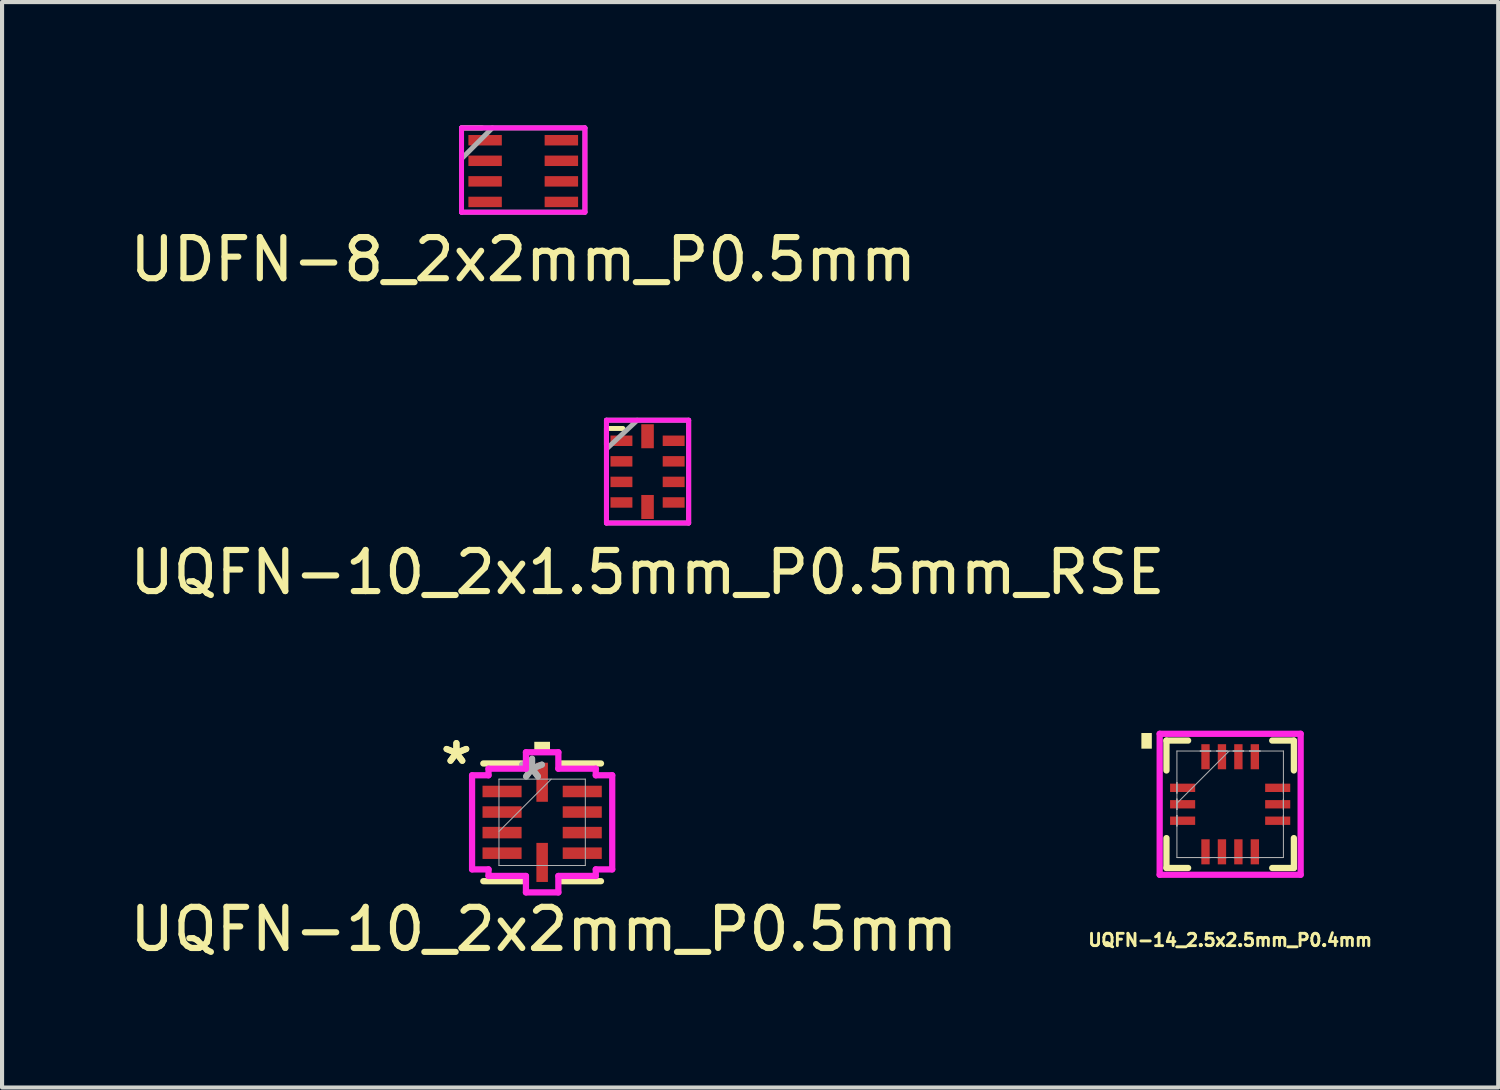
<source format=kicad_pcb>
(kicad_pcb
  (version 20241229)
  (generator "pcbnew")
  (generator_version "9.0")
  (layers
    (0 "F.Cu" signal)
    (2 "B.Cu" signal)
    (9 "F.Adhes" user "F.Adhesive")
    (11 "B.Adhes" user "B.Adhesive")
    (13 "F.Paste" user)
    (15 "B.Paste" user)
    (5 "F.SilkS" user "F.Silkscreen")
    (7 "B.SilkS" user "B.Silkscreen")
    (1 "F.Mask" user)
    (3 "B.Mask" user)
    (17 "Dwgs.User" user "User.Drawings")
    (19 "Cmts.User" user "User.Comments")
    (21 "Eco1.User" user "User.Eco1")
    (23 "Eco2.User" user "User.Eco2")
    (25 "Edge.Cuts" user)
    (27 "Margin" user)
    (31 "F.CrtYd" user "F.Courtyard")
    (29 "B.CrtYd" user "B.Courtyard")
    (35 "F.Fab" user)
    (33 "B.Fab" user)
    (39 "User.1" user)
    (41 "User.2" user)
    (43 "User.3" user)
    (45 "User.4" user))
  (footprint "UQFN-10_2x2mm_P0.5mm"
    (layer "F.Cu")
    (at 10.133 16.946)
    (property "Reference" "UQFN-10_2x2mm_P0.5mm" (at 0.04 2.6 0) (unlocked yes) (layer "F.SilkS") (effects (font (size 1 1) (thickness 0.15))))
    (attr smd)
    (fp_line (start -1.431 1.431) (end -0.473 1.431) (stroke (width 0.152) (type solid)) (layer "F.SilkS"))
    (fp_line (start -0.473 -1.431) (end -1.431 -1.431) (stroke (width 0.152) (type solid)) (layer "F.SilkS"))
    (fp_line (start 0.473 1.431) (end 1.431 1.431) (stroke (width 0.152) (type solid)) (layer "F.SilkS"))
    (fp_line (start 1.431 -1.431) (end 0.473 -1.431) (stroke (width 0.152) (type solid)) (layer "F.SilkS"))
    (fp_poly (pts (xy -0.191 -1.704) (xy -0.191 -1.958) (xy 0.191 -1.958) (xy 0.191 -1.704)) (stroke (width 0) (type solid)) (fill yes) (layer "F.SilkS"))
    (fp_line (start -1.704 -1.144) (end -1.304 -1.144) (stroke (width 0.152) (type solid)) (layer "F.CrtYd"))
    (fp_line (start -1.704 1.144) (end -1.704 -1.144) (stroke (width 0.152) (type solid)) (layer "F.CrtYd"))
    (fp_line (start -1.304 -1.304) (end -0.394 -1.304) (stroke (width 0.152) (type solid)) (layer "F.CrtYd"))
    (fp_line (start -1.304 -1.144) (end -1.304 -1.304) (stroke (width 0.152) (type solid)) (layer "F.CrtYd"))
    (fp_line (start -1.304 1.144) (end -1.704 1.144) (stroke (width 0.152) (type solid)) (layer "F.CrtYd"))
    (fp_line (start -1.304 1.304) (end -1.304 1.144) (stroke (width 0.152) (type solid)) (layer "F.CrtYd"))
    (fp_line (start -0.394 -1.704) (end 0.394 -1.704) (stroke (width 0.152) (type solid)) (layer "F.CrtYd"))
    (fp_line (start -0.394 -1.304) (end -0.394 -1.704) (stroke (width 0.152) (type solid)) (layer "F.CrtYd"))
    (fp_line (start -0.394 1.304) (end -1.304 1.304) (stroke (width 0.152) (type solid)) (layer "F.CrtYd"))
    (fp_line (start -0.394 1.704) (end -0.394 1.304) (stroke (width 0.152) (type solid)) (layer "F.CrtYd"))
    (fp_line (start 0.394 -1.704) (end 0.394 -1.304) (stroke (width 0.152) (type solid)) (layer "F.CrtYd"))
    (fp_line (start 0.394 -1.304) (end 1.304 -1.304) (stroke (width 0.152) (type solid)) (layer "F.CrtYd"))
    (fp_line (start 0.394 1.304) (end 0.394 1.704) (stroke (width 0.152) (type solid)) (layer "F.CrtYd"))
    (fp_line (start 0.394 1.704) (end -0.394 1.704) (stroke (width 0.152) (type solid)) (layer "F.CrtYd"))
    (fp_line (start 1.304 -1.304) (end 1.304 -1.144) (stroke (width 0.152) (type solid)) (layer "F.CrtYd"))
    (fp_line (start 1.304 -1.144) (end 1.704 -1.144) (stroke (width 0.152) (type solid)) (layer "F.CrtYd"))
    (fp_line (start 1.304 1.144) (end 1.304 1.304) (stroke (width 0.152) (type solid)) (layer "F.CrtYd"))
    (fp_line (start 1.304 1.304) (end 0.394 1.304) (stroke (width 0.152) (type solid)) (layer "F.CrtYd"))
    (fp_line (start 1.704 -1.144) (end 1.704 1.144) (stroke (width 0.152) (type solid)) (layer "F.CrtYd"))
    (fp_line (start 1.704 1.144) (end 1.304 1.144) (stroke (width 0.152) (type solid)) (layer "F.CrtYd"))
    (fp_line (start -1.05 -1.05) (end -1.05 1.05) (stroke (width 0.025) (type solid)) (layer "F.Fab"))
    (fp_line (start -1.05 0.22) (end 0.22 -1.05) (stroke (width 0.025) (type solid)) (layer "F.Fab"))
    (fp_line (start -1.05 1.05) (end 1.05 1.05) (stroke (width 0.025) (type solid)) (layer "F.Fab"))
    (fp_line (start 1.05 -1.05) (end -1.05 -1.05) (stroke (width 0.025) (type solid)) (layer "F.Fab"))
    (fp_line (start 1.05 1.05) (end 1.05 -1.05) (stroke (width 0.025) (type solid)) (layer "F.Fab"))
    (fp_text user "*" (at -2.085 -1.381 0) (unlocked yes) (layer "F.SilkS") (effects (font (size 1 1) (thickness 0.15))))
    (fp_text user "*" (at -2.085 -1.381 0) (layer "F.SilkS") (effects (font (size 1 1) (thickness 0.15))))
    (fp_text user "*" (at -0.246 -1 0) (layer "F.Fab") (effects (font (size 1 1) (thickness 0.15))))
    (fp_text user "*" (at -0.246 -1 0) (unlocked yes) (layer "F.Fab") (effects (font (size 1 1) (thickness 0.15))))
    (pad "1" smd rect (at -0.975 -0.75 90) (size 0.28 0.95) (layers "F.Cu" "F.Mask" "F.Paste"))
    (pad "2" smd rect (at -0.975 -0.25 90) (size 0.28 0.95) (layers "F.Cu" "F.Mask" "F.Paste"))
    (pad "3" smd rect (at -0.975 0.25 90) (size 0.28 0.95) (layers "F.Cu" "F.Mask" "F.Paste"))
    (pad "4" smd rect (at -0.975 0.75 90) (size 0.28 0.95) (layers "F.Cu" "F.Mask" "F.Paste"))
    (pad "5" smd rect (at 0 0.975) (size 0.28 0.95) (layers "F.Cu" "F.Mask" "F.Paste"))
    (pad "6" smd rect (at 0.975 0.75 90) (size 0.28 0.95) (layers "F.Cu" "F.Mask" "F.Paste"))
    (pad "7" smd rect (at 0.975 0.25 90) (size 0.28 0.95) (layers "F.Cu" "F.Mask" "F.Paste"))
    (pad "8" smd rect (at 0.975 -0.25 90) (size 0.28 0.95) (layers "F.Cu" "F.Mask" "F.Paste"))
    (pad "9" smd rect (at 0.975 -0.75 90) (size 0.28 0.95) (layers "F.Cu" "F.Mask" "F.Paste"))
    (pad "10" smd rect (at 0 -0.975) (size 0.28 0.95) (layers "F.Cu" "F.Mask" "F.Paste")))
  (footprint "UDFN-8_2x2mm_P0.5mm"
    (layer "F.Cu")
    (at 9.673 1.11)
    (property "Reference" "UDFN-8_2x2mm_P0.5mm" (at 0 2.15 0) (layer "F.SilkS") (effects (font (size 1 1) (thickness 0.15))))
    (attr through_hole)
    (fp_line (start -1.5 -1.05) (end -1 -1.05) (stroke (width 0.12) (type solid)) (layer "F.SilkS"))
    (fp_line (start -1.5 -1) (end -1.5 -0.5) (stroke (width 0.12) (type solid)) (layer "F.SilkS"))
    (fp_line (start -1.5 -1.05) (end -1.5 1) (stroke (width 0.12) (type solid)) (layer "F.CrtYd"))
    (fp_line (start -1.5 1) (end 1.5 1) (stroke (width 0.12) (type solid)) (layer "F.CrtYd"))
    (fp_line (start 1.5 -1.05) (end -1.5 -1.05) (stroke (width 0.12) (type solid)) (layer "F.CrtYd"))
    (fp_line (start 1.5 1) (end 1.5 -1.05) (stroke (width 0.12) (type solid)) (layer "F.CrtYd"))
    (fp_line (start -1.5 -1.05) (end -1.5 1) (stroke (width 0.12) (type solid)) (layer "F.Fab"))
    (fp_line (start -1.5 1) (end 1.5 1) (stroke (width 0.12) (type solid)) (layer "F.Fab"))
    (fp_line (start -0.75 -1.05) (end -1.5 -0.3) (stroke (width 0.12) (type solid)) (layer "F.Fab"))
    (fp_line (start 1.5 -1.05) (end -1.5 -1.05) (stroke (width 0.12) (type solid)) (layer "F.Fab"))
    (fp_line (start 1.5 1) (end 1.5 -1.05) (stroke (width 0.12) (type solid)) (layer "F.Fab"))
    (pad "1" smd rect (at -0.927 -0.75) (size 0.813 0.254) (layers "F.Cu" "F.Mask" "F.Paste"))
    (pad "2" smd rect (at -0.927 -0.25) (size 0.813 0.254) (layers "F.Cu" "F.Mask" "F.Paste"))
    (pad "3" smd rect (at -0.927 0.25) (size 0.813 0.254) (layers "F.Cu" "F.Mask" "F.Paste"))
    (pad "4" smd rect (at -0.927 0.75) (size 0.813 0.254) (layers "F.Cu" "F.Mask" "F.Paste"))
    (pad "5" smd rect (at 0.927 0.75) (size 0.813 0.254) (layers "F.Cu" "F.Mask" "F.Paste"))
    (pad "6" smd rect (at 0.927 0.25) (size 0.813 0.254) (layers "F.Cu" "F.Mask" "F.Paste"))
    (pad "7" smd rect (at 0.927 -0.25) (size 0.813 0.254) (layers "F.Cu" "F.Mask" "F.Paste"))
    (pad "8" smd rect (at 0.927 -0.75) (size 0.813 0.254) (layers "F.Cu" "F.Mask" "F.Paste")))
  (footprint "UQFN-10_2x1.5mm_P0.5mm_RSE"
    (layer "F.Cu")
    (at 12.696 8.418)
    (property "Reference" "UQFN-10_2x1.5mm_P0.5mm_RSE" (at 0 2.45 0) (layer "F.SilkS") (effects (font (size 1 1) (thickness 0.15))))
    (attr through_hole)
    (fp_line (start -1 -1.05) (end -1 -0.65) (stroke (width 0.12) (type solid)) (layer "F.SilkS"))
    (fp_line (start -0.6 -1.05) (end -1 -1.05) (stroke (width 0.12) (type solid)) (layer "F.SilkS"))
    (fp_line (start -1 -1.25) (end 1 -1.25) (stroke (width 0.12) (type solid)) (layer "F.CrtYd"))
    (fp_line (start -1 1.25) (end -1 -1.25) (stroke (width 0.12) (type solid)) (layer "F.CrtYd"))
    (fp_line (start 1 -1.25) (end 1 1.25) (stroke (width 0.12) (type solid)) (layer "F.CrtYd"))
    (fp_line (start 1 1.25) (end -1 1.25) (stroke (width 0.12) (type solid)) (layer "F.CrtYd"))
    (fp_line (start -1 -1.25) (end 1 -1.25) (stroke (width 0.12) (type solid)) (layer "F.Fab"))
    (fp_line (start -1 1.25) (end -1 -1.25) (stroke (width 0.12) (type solid)) (layer "F.Fab"))
    (fp_line (start -0.25 -1.25) (end -1 -0.55) (stroke (width 0.12) (type solid)) (layer "F.Fab"))
    (fp_line (start 1 -1.25) (end 1 1.25) (stroke (width 0.12) (type solid)) (layer "F.Fab"))
    (fp_line (start 1 1.25) (end -1 1.25) (stroke (width 0.12) (type solid)) (layer "F.Fab"))
    (pad "1" smd rect (at -0.635 -0.75) (size 0.533 0.254) (layers "F.Cu" "F.Mask" "F.Paste"))
    (pad "2" smd rect (at -0.635 -0.25) (size 0.533 0.254) (layers "F.Cu" "F.Mask" "F.Paste"))
    (pad "3" smd rect (at -0.635 0.25) (size 0.533 0.254) (layers "F.Cu" "F.Mask" "F.Paste"))
    (pad "4" smd rect (at -0.635 0.75) (size 0.533 0.254) (layers "F.Cu" "F.Mask" "F.Paste"))
    (pad "5" smd rect (at 0 0.86 90) (size 0.584 0.305) (layers "F.Cu" "F.Mask" "F.Paste"))
    (pad "6" smd rect (at 0.635 0.75) (size 0.533 0.254) (layers "F.Cu" "F.Mask" "F.Paste"))
    (pad "7" smd rect (at 0.635 0.25) (size 0.533 0.254) (layers "F.Cu" "F.Mask" "F.Paste"))
    (pad "8" smd rect (at 0.635 -0.25) (size 0.533 0.254) (layers "F.Cu" "F.Mask" "F.Paste"))
    (pad "9" smd rect (at 0.635 -0.75) (size 0.533 0.254) (layers "F.Cu" "F.Mask" "F.Paste"))
    (pad "10" smd rect (at 0 -0.86 90) (size 0.584 0.305) (layers "F.Cu" "F.Mask" "F.Paste")))
  (footprint "UQFN-14_2.5x2.5mm_P0.4mm"
    (layer "F.Cu")
    (at 26.863 16.507)
    (property "Reference" "UQFN-14_2.5x2.5mm_P0.4mm" (at 0 3.302 0) (unlocked yes) (layer "F.SilkS") (effects (font (size 0.3 0.3) (thickness 0.07) (bold yes))))
    (attr smd)
    (fp_line (start -1.549 -1.549) (end -1.549 -0.822) (stroke (width 0.152) (type solid)) (layer "F.SilkS"))
    (fp_line (start -1.549 0.822) (end -1.549 1.549) (stroke (width 0.152) (type solid)) (layer "F.SilkS"))
    (fp_line (start -1.549 1.549) (end -1.022 1.549) (stroke (width 0.152) (type solid)) (layer "F.SilkS"))
    (fp_line (start -1.022 -1.549) (end -1.549 -1.549) (stroke (width 0.152) (type solid)) (layer "F.SilkS"))
    (fp_line (start 1.022 1.549) (end 1.549 1.549) (stroke (width 0.152) (type solid)) (layer "F.SilkS"))
    (fp_line (start 1.549 -1.549) (end 1.022 -1.549) (stroke (width 0.152) (type solid)) (layer "F.SilkS"))
    (fp_line (start 1.549 -0.822) (end 1.549 -1.549) (stroke (width 0.152) (type solid)) (layer "F.SilkS"))
    (fp_line (start 1.549 1.549) (end 1.549 0.822) (stroke (width 0.152) (type solid)) (layer "F.SilkS"))
    (fp_poly (pts (xy -1.905 -1.733) (xy -1.905 -1.352) (xy -2.159 -1.352) (xy -2.159 -1.733)) (stroke (width 0) (type solid)) (fill yes) (layer "F.SilkS"))
    (fp_poly (pts (xy -1.562 -0.502) (xy -1.562 -0.298) (xy -0.953 -0.298) (xy -0.953 -0.502)) (stroke (width 0) (type solid)) (fill yes) (layer "F.Paste"))
    (fp_poly (pts (xy -1.562 -0.102) (xy -1.562 0.102) (xy -0.953 0.102) (xy -0.953 -0.102)) (stroke (width 0) (type solid)) (fill yes) (layer "F.Paste"))
    (fp_poly (pts (xy -1.562 0.298) (xy -1.562 0.502) (xy -0.953 0.502) (xy -0.953 0.298)) (stroke (width 0) (type solid)) (fill yes) (layer "F.Paste"))
    (fp_poly (pts (xy -0.702 -1.562) (xy -0.702 -0.953) (xy -0.498 -0.953) (xy -0.498 -1.562)) (stroke (width 0) (type solid)) (fill yes) (layer "F.Paste"))
    (fp_poly (pts (xy -0.702 0.953) (xy -0.702 1.562) (xy -0.498 1.562) (xy -0.498 0.953)) (stroke (width 0) (type solid)) (fill yes) (layer "F.Paste"))
    (fp_poly (pts (xy -0.302 -1.562) (xy -0.302 -0.953) (xy -0.098 -0.953) (xy -0.098 -1.562)) (stroke (width 0) (type solid)) (fill yes) (layer "F.Paste"))
    (fp_poly (pts (xy -0.302 0.953) (xy -0.302 1.562) (xy -0.098 1.562) (xy -0.098 0.953)) (stroke (width 0) (type solid)) (fill yes) (layer "F.Paste"))
    (fp_poly (pts (xy 0.098 -1.562) (xy 0.098 -0.953) (xy 0.302 -0.953) (xy 0.302 -1.562)) (stroke (width 0) (type solid)) (fill yes) (layer "F.Paste"))
    (fp_poly (pts (xy 0.098 0.953) (xy 0.098 1.562) (xy 0.302 1.562) (xy 0.302 0.953)) (stroke (width 0) (type solid)) (fill yes) (layer "F.Paste"))
    (fp_poly (pts (xy 0.498 -1.562) (xy 0.498 -0.953) (xy 0.702 -0.953) (xy 0.702 -1.562)) (stroke (width 0) (type solid)) (fill yes) (layer "F.Paste"))
    (fp_poly (pts (xy 0.498 0.953) (xy 0.498 1.562) (xy 0.702 1.562) (xy 0.702 0.953)) (stroke (width 0) (type solid)) (fill yes) (layer "F.Paste"))
    (fp_poly (pts (xy 0.953 -0.502) (xy 0.953 -0.298) (xy 1.562 -0.298) (xy 1.562 -0.502)) (stroke (width 0) (type solid)) (fill yes) (layer "F.Paste"))
    (fp_poly (pts (xy 0.953 -0.102) (xy 0.953 0.102) (xy 1.562 0.102) (xy 1.562 -0.102)) (stroke (width 0) (type solid)) (fill yes) (layer "F.Paste"))
    (fp_poly (pts (xy 0.953 0.298) (xy 0.953 0.502) (xy 1.562 0.502) (xy 1.562 0.298)) (stroke (width 0) (type solid)) (fill yes) (layer "F.Paste"))
    (fp_line (start -1.714 -1.714) (end 1.714 -1.714) (stroke (width 0.152) (type solid)) (layer "F.CrtYd"))
    (fp_line (start -1.714 1.714) (end -1.714 -1.714) (stroke (width 0.152) (type solid)) (layer "F.CrtYd"))
    (fp_line (start 1.714 -1.714) (end 1.714 1.714) (stroke (width 0.152) (type solid)) (layer "F.CrtYd"))
    (fp_line (start 1.714 1.714) (end -1.714 1.714) (stroke (width 0.152) (type solid)) (layer "F.CrtYd"))
    (fp_line (start -1.295 -1.295) (end -1.295 1.295) (stroke (width 0.025) (type solid)) (layer "F.Fab"))
    (fp_line (start -1.295 -0.527) (end -1.295 -0.527) (stroke (width 0.025) (type solid)) (layer "F.Fab"))
    (fp_line (start -1.295 -0.527) (end -1.295 -0.273) (stroke (width 0.025) (type solid)) (layer "F.Fab"))
    (fp_line (start -1.295 -0.273) (end -1.295 -0.527) (stroke (width 0.025) (type solid)) (layer "F.Fab"))
    (fp_line (start -1.295 -0.273) (end -1.295 -0.273) (stroke (width 0.025) (type solid)) (layer "F.Fab"))
    (fp_line (start -1.295 -0.127) (end -1.295 -0.127) (stroke (width 0.025) (type solid)) (layer "F.Fab"))
    (fp_line (start -1.295 -0.127) (end -1.295 0.127) (stroke (width 0.025) (type solid)) (layer "F.Fab"))
    (fp_line (start -1.295 -0.025) (end -0.025 -1.295) (stroke (width 0.025) (type solid)) (layer "F.Fab"))
    (fp_line (start -1.295 0.127) (end -1.295 -0.127) (stroke (width 0.025) (type solid)) (layer "F.Fab"))
    (fp_line (start -1.295 0.127) (end -1.295 0.127) (stroke (width 0.025) (type solid)) (layer "F.Fab"))
    (fp_line (start -1.295 0.273) (end -1.295 0.273) (stroke (width 0.025) (type solid)) (layer "F.Fab"))
    (fp_line (start -1.295 0.273) (end -1.295 0.527) (stroke (width 0.025) (type solid)) (layer "F.Fab"))
    (fp_line (start -1.295 0.527) (end -1.295 0.273) (stroke (width 0.025) (type solid)) (layer "F.Fab"))
    (fp_line (start -1.295 0.527) (end -1.295 0.527) (stroke (width 0.025) (type solid)) (layer "F.Fab"))
    (fp_line (start -1.295 1.295) (end 1.295 1.295) (stroke (width 0.025) (type solid)) (layer "F.Fab"))
    (fp_line (start -0.727 -1.295) (end -0.727 -1.295) (stroke (width 0.025) (type solid)) (layer "F.Fab"))
    (fp_line (start -0.727 -1.295) (end -0.473 -1.295) (stroke (width 0.025) (type solid)) (layer "F.Fab"))
    (fp_line (start -0.727 1.295) (end -0.727 1.295) (stroke (width 0.025) (type solid)) (layer "F.Fab"))
    (fp_line (start -0.727 1.295) (end -0.473 1.295) (stroke (width 0.025) (type solid)) (layer "F.Fab"))
    (fp_line (start -0.473 -1.295) (end -0.727 -1.295) (stroke (width 0.025) (type solid)) (layer "F.Fab"))
    (fp_line (start -0.473 -1.295) (end -0.473 -1.295) (stroke (width 0.025) (type solid)) (layer "F.Fab"))
    (fp_line (start -0.473 1.295) (end -0.727 1.295) (stroke (width 0.025) (type solid)) (layer "F.Fab"))
    (fp_line (start -0.473 1.295) (end -0.473 1.295) (stroke (width 0.025) (type solid)) (layer "F.Fab"))
    (fp_line (start -0.327 -1.295) (end -0.327 -1.295) (stroke (width 0.025) (type solid)) (layer "F.Fab"))
    (fp_line (start -0.327 -1.295) (end -0.073 -1.295) (stroke (width 0.025) (type solid)) (layer "F.Fab"))
    (fp_line (start -0.327 1.295) (end -0.327 1.295) (stroke (width 0.025) (type solid)) (layer "F.Fab"))
    (fp_line (start -0.327 1.295) (end -0.073 1.295) (stroke (width 0.025) (type solid)) (layer "F.Fab"))
    (fp_line (start -0.073 -1.295) (end -0.327 -1.295) (stroke (width 0.025) (type solid)) (layer "F.Fab"))
    (fp_line (start -0.073 -1.295) (end -0.073 -1.295) (stroke (width 0.025) (type solid)) (layer "F.Fab"))
    (fp_line (start -0.073 1.295) (end -0.327 1.295) (stroke (width 0.025) (type solid)) (layer "F.Fab"))
    (fp_line (start -0.073 1.295) (end -0.073 1.295) (stroke (width 0.025) (type solid)) (layer "F.Fab"))
    (fp_line (start 0.073 -1.295) (end 0.073 -1.295) (stroke (width 0.025) (type solid)) (layer "F.Fab"))
    (fp_line (start 0.073 -1.295) (end 0.327 -1.295) (stroke (width 0.025) (type solid)) (layer "F.Fab"))
    (fp_line (start 0.073 1.295) (end 0.073 1.295) (stroke (width 0.025) (type solid)) (layer "F.Fab"))
    (fp_line (start 0.073 1.295) (end 0.327 1.295) (stroke (width 0.025) (type solid)) (layer "F.Fab"))
    (fp_line (start 0.327 -1.295) (end 0.073 -1.295) (stroke (width 0.025) (type solid)) (layer "F.Fab"))
    (fp_line (start 0.327 -1.295) (end 0.327 -1.295) (stroke (width 0.025) (type solid)) (layer "F.Fab"))
    (fp_line (start 0.327 1.295) (end 0.073 1.295) (stroke (width 0.025) (type solid)) (layer "F.Fab"))
    (fp_line (start 0.327 1.295) (end 0.327 1.295) (stroke (width 0.025) (type solid)) (layer "F.Fab"))
    (fp_line (start 0.473 -1.295) (end 0.473 -1.295) (stroke (width 0.025) (type solid)) (layer "F.Fab"))
    (fp_line (start 0.473 -1.295) (end 0.727 -1.295) (stroke (width 0.025) (type solid)) (layer "F.Fab"))
    (fp_line (start 0.473 1.295) (end 0.473 1.295) (stroke (width 0.025) (type solid)) (layer "F.Fab"))
    (fp_line (start 0.473 1.295) (end 0.727 1.295) (stroke (width 0.025) (type solid)) (layer "F.Fab"))
    (fp_line (start 0.727 -1.295) (end 0.473 -1.295) (stroke (width 0.025) (type solid)) (layer "F.Fab"))
    (fp_line (start 0.727 -1.295) (end 0.727 -1.295) (stroke (width 0.025) (type solid)) (layer "F.Fab"))
    (fp_line (start 0.727 1.295) (end 0.473 1.295) (stroke (width 0.025) (type solid)) (layer "F.Fab"))
    (fp_line (start 0.727 1.295) (end 0.727 1.295) (stroke (width 0.025) (type solid)) (layer "F.Fab"))
    (fp_line (start 1.295 -1.295) (end -1.295 -1.295) (stroke (width 0.025) (type solid)) (layer "F.Fab"))
    (fp_line (start 1.295 -0.527) (end 1.295 -0.527) (stroke (width 0.025) (type solid)) (layer "F.Fab"))
    (fp_line (start 1.295 -0.527) (end 1.295 -0.273) (stroke (width 0.025) (type solid)) (layer "F.Fab"))
    (fp_line (start 1.295 -0.273) (end 1.295 -0.527) (stroke (width 0.025) (type solid)) (layer "F.Fab"))
    (fp_line (start 1.295 -0.273) (end 1.295 -0.273) (stroke (width 0.025) (type solid)) (layer "F.Fab"))
    (fp_line (start 1.295 -0.127) (end 1.295 -0.127) (stroke (width 0.025) (type solid)) (layer "F.Fab"))
    (fp_line (start 1.295 -0.127) (end 1.295 0.127) (stroke (width 0.025) (type solid)) (layer "F.Fab"))
    (fp_line (start 1.295 0.127) (end 1.295 -0.127) (stroke (width 0.025) (type solid)) (layer "F.Fab"))
    (fp_line (start 1.295 0.127) (end 1.295 0.127) (stroke (width 0.025) (type solid)) (layer "F.Fab"))
    (fp_line (start 1.295 0.273) (end 1.295 0.273) (stroke (width 0.025) (type solid)) (layer "F.Fab"))
    (fp_line (start 1.295 0.273) (end 1.295 0.527) (stroke (width 0.025) (type solid)) (layer "F.Fab"))
    (fp_line (start 1.295 0.527) (end 1.295 0.273) (stroke (width 0.025) (type solid)) (layer "F.Fab"))
    (fp_line (start 1.295 0.527) (end 1.295 0.527) (stroke (width 0.025) (type solid)) (layer "F.Fab"))
    (fp_line (start 1.295 1.295) (end 1.295 -1.295) (stroke (width 0.025) (type solid)) (layer "F.Fab"))
    (pad "1" smd rect (at -1.156 -0.4 90) (size 0.203 0.61) (layers "F.Cu" "F.Mask"))
    (pad "2" smd rect (at -1.156 0 90) (size 0.203 0.61) (layers "F.Cu" "F.Mask"))
    (pad "3" smd rect (at -1.156 0.4 90) (size 0.203 0.61) (layers "F.Cu" "F.Mask"))
    (pad "4" smd rect (at -0.6 1.156) (size 0.203 0.61) (layers "F.Cu" "F.Mask"))
    (pad "5" smd rect (at -0.2 1.156) (size 0.203 0.61) (layers "F.Cu" "F.Mask"))
    (pad "6" smd rect (at 0.2 1.156) (size 0.203 0.61) (layers "F.Cu" "F.Mask"))
    (pad "7" smd rect (at 0.6 1.156) (size 0.203 0.61) (layers "F.Cu" "F.Mask"))
    (pad "8" smd rect (at 1.156 0.4 90) (size 0.203 0.61) (layers "F.Cu" "F.Mask"))
    (pad "9" smd rect (at 1.156 0 90) (size 0.203 0.61) (layers "F.Cu" "F.Mask"))
    (pad "10" smd rect (at 1.156 -0.4 90) (size 0.203 0.61) (layers "F.Cu" "F.Mask"))
    (pad "11" smd rect (at 0.6 -1.156) (size 0.203 0.61) (layers "F.Cu" "F.Mask"))
    (pad "12" smd rect (at 0.2 -1.156) (size 0.203 0.61) (layers "F.Cu" "F.Mask"))
    (pad "13" smd rect (at -0.2 -1.156) (size 0.203 0.61) (layers "F.Cu" "F.Mask"))
    (pad "14" smd rect (at -0.6 -1.156) (size 0.203 0.61) (layers "F.Cu" "F.Mask")))
  (gr_rect
    (start -3 -3)
    (end 33.381 23.394)
    (stroke (width 0.1) (type default))
    (fill no)
    (layer "Edge.Cuts")))
</source>
